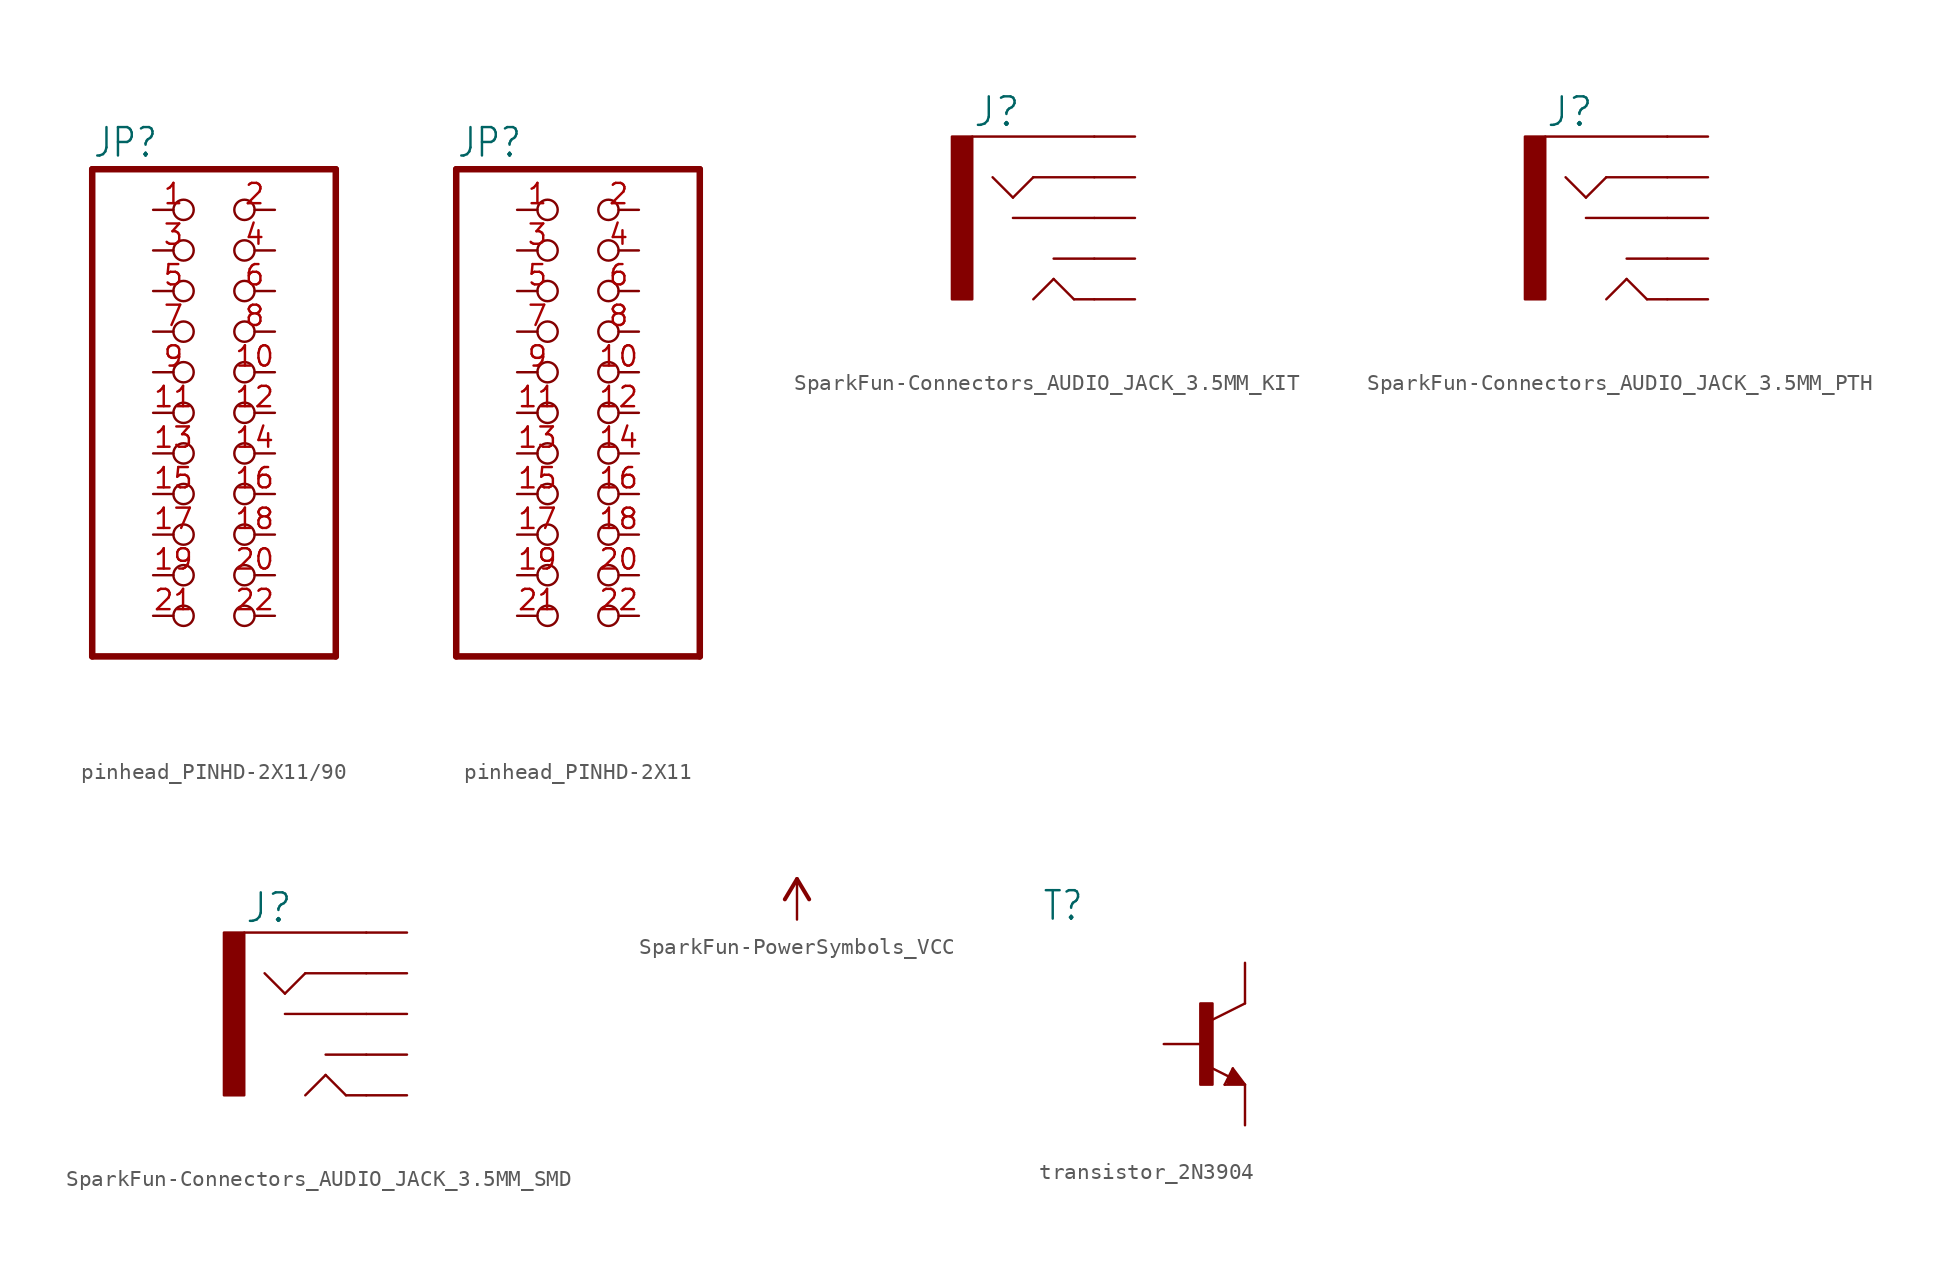
<source format=kicad_sym>
(kicad_symbol_lib
  (version 20231120)
  (generator "kicad_symbol_editor")
  (generator_version "8.0")
  (symbol "pinhead_PINHD-2X11/90"
    (property "Reference" "JP"
      (at -6.35 15.875 0)
      (effects (font (size 1.778 1.511)) (justify left bottom)))
    (property "Value" ""
      (at -6.35 -17.78 0)
      (effects (font (size 1.778 1.511)) (justify left bottom)))
    (property "ki_locked" ""
      (at 0 0 0)
      (effects (font (size 1.27 1.27))))
    (symbol "pinhead_PINHD-2X11/90_1_0"
      (polyline (pts (xy -6.35 -15.24) (xy 8.89 -15.24)) (stroke (width 0.406) (type solid)) (fill (type none)))
      (polyline (pts (xy -6.35 15.24) (xy -6.35 -15.24)) (stroke (width 0.406) (type solid)) (fill (type none)))
      (polyline (pts (xy 8.89 -15.24) (xy 8.89 15.24)) (stroke (width 0.406) (type solid)) (fill (type none)))
      (polyline (pts (xy 8.89 15.24) (xy -6.35 15.24)) (stroke (width 0.406) (type solid)) (fill (type none)))
      (pin passive inverted (at -2.54 12.7 0) (length 2.54) (name "1" (effects (font (size 0 0)))) (number "1" (effects (font (size 1.27 1.27)))))
      (pin passive inverted (at 5.08 2.54 180) (length 2.54) (name "10" (effects (font (size 0 0)))) (number "10" (effects (font (size 1.27 1.27)))))
      (pin passive inverted (at -2.54 0 0) (length 2.54) (name "11" (effects (font (size 0 0)))) (number "11" (effects (font (size 1.27 1.27)))))
      (pin passive inverted (at 5.08 0 180) (length 2.54) (name "12" (effects (font (size 0 0)))) (number "12" (effects (font (size 1.27 1.27)))))
      (pin passive inverted (at -2.54 -2.54 0) (length 2.54) (name "13" (effects (font (size 0 0)))) (number "13" (effects (font (size 1.27 1.27)))))
      (pin passive inverted (at 5.08 -2.54 180) (length 2.54) (name "14" (effects (font (size 0 0)))) (number "14" (effects (font (size 1.27 1.27)))))
      (pin passive inverted (at -2.54 -5.08 0) (length 2.54) (name "15" (effects (font (size 0 0)))) (number "15" (effects (font (size 1.27 1.27)))))
      (pin passive inverted (at 5.08 -5.08 180) (length 2.54) (name "16" (effects (font (size 0 0)))) (number "16" (effects (font (size 1.27 1.27)))))
      (pin passive inverted (at -2.54 -7.62 0) (length 2.54) (name "17" (effects (font (size 0 0)))) (number "17" (effects (font (size 1.27 1.27)))))
      (pin passive inverted (at 5.08 -7.62 180) (length 2.54) (name "18" (effects (font (size 0 0)))) (number "18" (effects (font (size 1.27 1.27)))))
      (pin passive inverted (at -2.54 -10.16 0) (length 2.54) (name "19" (effects (font (size 0 0)))) (number "19" (effects (font (size 1.27 1.27)))))
      (pin passive inverted (at 5.08 12.7 180) (length 2.54) (name "2" (effects (font (size 0 0)))) (number "2" (effects (font (size 1.27 1.27)))))
      (pin passive inverted (at 5.08 -10.16 180) (length 2.54) (name "20" (effects (font (size 0 0)))) (number "20" (effects (font (size 1.27 1.27)))))
      (pin passive inverted (at -2.54 -12.7 0) (length 2.54) (name "21" (effects (font (size 0 0)))) (number "21" (effects (font (size 1.27 1.27)))))
      (pin passive inverted (at 5.08 -12.7 180) (length 2.54) (name "22" (effects (font (size 0 0)))) (number "22" (effects (font (size 1.27 1.27)))))
      (pin passive inverted (at -2.54 10.16 0) (length 2.54) (name "3" (effects (font (size 0 0)))) (number "3" (effects (font (size 1.27 1.27)))))
      (pin passive inverted (at 5.08 10.16 180) (length 2.54) (name "4" (effects (font (size 0 0)))) (number "4" (effects (font (size 1.27 1.27)))))
      (pin passive inverted (at -2.54 7.62 0) (length 2.54) (name "5" (effects (font (size 0 0)))) (number "5" (effects (font (size 1.27 1.27)))))
      (pin passive inverted (at 5.08 7.62 180) (length 2.54) (name "6" (effects (font (size 0 0)))) (number "6" (effects (font (size 1.27 1.27)))))
      (pin passive inverted (at -2.54 5.08 0) (length 2.54) (name "7" (effects (font (size 0 0)))) (number "7" (effects (font (size 1.27 1.27)))))
      (pin passive inverted (at 5.08 5.08 180) (length 2.54) (name "8" (effects (font (size 0 0)))) (number "8" (effects (font (size 1.27 1.27)))))
      (pin passive inverted (at -2.54 2.54 0) (length 2.54) (name "9" (effects (font (size 0 0)))) (number "9" (effects (font (size 1.27 1.27)))))))
  (symbol "pinhead_PINHD-2X11"
    (property "Reference" "JP"
      (at -6.35 15.875 0)
      (effects (font (size 1.778 1.511)) (justify left bottom)))
    (property "Value" ""
      (at -6.35 -17.78 0)
      (effects (font (size 1.778 1.511)) (justify left bottom)))
    (property "ki_locked" ""
      (at 0 0 0)
      (effects (font (size 1.27 1.27))))
    (symbol "pinhead_PINHD-2X11_1_0"
      (polyline (pts (xy -6.35 -15.24) (xy 8.89 -15.24)) (stroke (width 0.406) (type solid)) (fill (type none)))
      (polyline (pts (xy -6.35 15.24) (xy -6.35 -15.24)) (stroke (width 0.406) (type solid)) (fill (type none)))
      (polyline (pts (xy 8.89 -15.24) (xy 8.89 15.24)) (stroke (width 0.406) (type solid)) (fill (type none)))
      (polyline (pts (xy 8.89 15.24) (xy -6.35 15.24)) (stroke (width 0.406) (type solid)) (fill (type none)))
      (pin passive inverted (at -2.54 12.7 0) (length 2.54) (name "1" (effects (font (size 0 0)))) (number "1" (effects (font (size 1.27 1.27)))))
      (pin passive inverted (at 5.08 2.54 180) (length 2.54) (name "10" (effects (font (size 0 0)))) (number "10" (effects (font (size 1.27 1.27)))))
      (pin passive inverted (at -2.54 0 0) (length 2.54) (name "11" (effects (font (size 0 0)))) (number "11" (effects (font (size 1.27 1.27)))))
      (pin passive inverted (at 5.08 0 180) (length 2.54) (name "12" (effects (font (size 0 0)))) (number "12" (effects (font (size 1.27 1.27)))))
      (pin passive inverted (at -2.54 -2.54 0) (length 2.54) (name "13" (effects (font (size 0 0)))) (number "13" (effects (font (size 1.27 1.27)))))
      (pin passive inverted (at 5.08 -2.54 180) (length 2.54) (name "14" (effects (font (size 0 0)))) (number "14" (effects (font (size 1.27 1.27)))))
      (pin passive inverted (at -2.54 -5.08 0) (length 2.54) (name "15" (effects (font (size 0 0)))) (number "15" (effects (font (size 1.27 1.27)))))
      (pin passive inverted (at 5.08 -5.08 180) (length 2.54) (name "16" (effects (font (size 0 0)))) (number "16" (effects (font (size 1.27 1.27)))))
      (pin passive inverted (at -2.54 -7.62 0) (length 2.54) (name "17" (effects (font (size 0 0)))) (number "17" (effects (font (size 1.27 1.27)))))
      (pin passive inverted (at 5.08 -7.62 180) (length 2.54) (name "18" (effects (font (size 0 0)))) (number "18" (effects (font (size 1.27 1.27)))))
      (pin passive inverted (at -2.54 -10.16 0) (length 2.54) (name "19" (effects (font (size 0 0)))) (number "19" (effects (font (size 1.27 1.27)))))
      (pin passive inverted (at 5.08 12.7 180) (length 2.54) (name "2" (effects (font (size 0 0)))) (number "2" (effects (font (size 1.27 1.27)))))
      (pin passive inverted (at 5.08 -10.16 180) (length 2.54) (name "20" (effects (font (size 0 0)))) (number "20" (effects (font (size 1.27 1.27)))))
      (pin passive inverted (at -2.54 -12.7 0) (length 2.54) (name "21" (effects (font (size 0 0)))) (number "21" (effects (font (size 1.27 1.27)))))
      (pin passive inverted (at 5.08 -12.7 180) (length 2.54) (name "22" (effects (font (size 0 0)))) (number "22" (effects (font (size 1.27 1.27)))))
      (pin passive inverted (at -2.54 10.16 0) (length 2.54) (name "3" (effects (font (size 0 0)))) (number "3" (effects (font (size 1.27 1.27)))))
      (pin passive inverted (at 5.08 10.16 180) (length 2.54) (name "4" (effects (font (size 0 0)))) (number "4" (effects (font (size 1.27 1.27)))))
      (pin passive inverted (at -2.54 7.62 0) (length 2.54) (name "5" (effects (font (size 0 0)))) (number "5" (effects (font (size 1.27 1.27)))))
      (pin passive inverted (at 5.08 7.62 180) (length 2.54) (name "6" (effects (font (size 0 0)))) (number "6" (effects (font (size 1.27 1.27)))))
      (pin passive inverted (at -2.54 5.08 0) (length 2.54) (name "7" (effects (font (size 0 0)))) (number "7" (effects (font (size 1.27 1.27)))))
      (pin passive inverted (at 5.08 5.08 180) (length 2.54) (name "8" (effects (font (size 0 0)))) (number "8" (effects (font (size 1.27 1.27)))))
      (pin passive inverted (at -2.54 2.54 0) (length 2.54) (name "9" (effects (font (size 0 0)))) (number "9" (effects (font (size 1.27 1.27)))))))
  (symbol "SparkFun-Connectors_AUDIO_JACK_3.5MM_KIT"
    (property "Reference" "J"
      (at -5.08 5.588 0)
      (effects (font (size 1.778 1.778)) (justify left bottom)))
    (property "Value" ""
      (at -5.08 -7.62 0)
      (effects (font (size 1.778 1.778)) (justify left bottom)))
    (property "ki_locked" ""
      (at 0 0 0)
      (effects (font (size 1.27 1.27))))
    (symbol "SparkFun-Connectors_AUDIO_JACK_3.5MM_KIT_1_0"
      (rectangle (start -6.35 -5.08) (end -5.08 5.08) (stroke (width 0) (type default)) (fill (type outline)))
      (polyline (pts (xy -2.54 0) (xy 2.54 0)) (stroke (width 0.152) (type solid)) (fill (type none)))
      (polyline (pts (xy -2.54 1.27) (xy -3.81 2.54)) (stroke (width 0.152) (type solid)) (fill (type none)))
      (polyline (pts (xy -1.27 -5.08) (xy 0 -3.81)) (stroke (width 0.152) (type solid)) (fill (type none)))
      (polyline (pts (xy -1.27 2.54) (xy -2.54 1.27)) (stroke (width 0.152) (type solid)) (fill (type none)))
      (polyline (pts (xy 0 -3.81) (xy 1.27 -5.08)) (stroke (width 0.152) (type solid)) (fill (type none)))
      (polyline (pts (xy 0 -2.54) (xy 2.54 -2.54)) (stroke (width 0.152) (type solid)) (fill (type none)))
      (polyline (pts (xy 1.27 -5.08) (xy 2.54 -5.08)) (stroke (width 0.152) (type solid)) (fill (type none)))
      (polyline (pts (xy 2.54 2.54) (xy -1.27 2.54)) (stroke (width 0.152) (type solid)) (fill (type none)))
      (polyline (pts (xy 2.54 5.08) (xy -5.08 5.08)) (stroke (width 0.152) (type solid)) (fill (type none)))
      (pin bidirectional line (at 5.08 2.54 180) (length 2.54) (name "RING" (effects (font (size 0 0)))) (number "RING" (effects (font (size 0 0)))))
      (pin bidirectional line (at 5.08 0 180) (length 2.54) (name "RSH" (effects (font (size 0 0)))) (number "RSH" (effects (font (size 0 0)))))
      (pin bidirectional line (at 5.08 5.08 180) (length 2.54) (name "SLEEVE" (effects (font (size 0 0)))) (number "SLEEVE" (effects (font (size 0 0)))))
      (pin bidirectional line (at 5.08 -5.08 180) (length 2.54) (name "TIP" (effects (font (size 0 0)))) (number "TIP" (effects (font (size 0 0)))))
      (pin bidirectional line (at 5.08 -2.54 180) (length 2.54) (name "TSH" (effects (font (size 0 0)))) (number "TSH" (effects (font (size 0 0)))))))
  (symbol "SparkFun-Connectors_AUDIO_JACK_3.5MM_PTH"
    (property "Reference" "J"
      (at -5.08 5.588 0)
      (effects (font (size 1.778 1.778)) (justify left bottom)))
    (property "Value" ""
      (at -5.08 -7.62 0)
      (effects (font (size 1.778 1.778)) (justify left bottom)))
    (property "ki_locked" ""
      (at 0 0 0)
      (effects (font (size 1.27 1.27))))
    (symbol "SparkFun-Connectors_AUDIO_JACK_3.5MM_PTH_1_0"
      (rectangle (start -6.35 -5.08) (end -5.08 5.08) (stroke (width 0) (type default)) (fill (type outline)))
      (polyline (pts (xy -2.54 0) (xy 2.54 0)) (stroke (width 0.152) (type solid)) (fill (type none)))
      (polyline (pts (xy -2.54 1.27) (xy -3.81 2.54)) (stroke (width 0.152) (type solid)) (fill (type none)))
      (polyline (pts (xy -1.27 -5.08) (xy 0 -3.81)) (stroke (width 0.152) (type solid)) (fill (type none)))
      (polyline (pts (xy -1.27 2.54) (xy -2.54 1.27)) (stroke (width 0.152) (type solid)) (fill (type none)))
      (polyline (pts (xy 0 -3.81) (xy 1.27 -5.08)) (stroke (width 0.152) (type solid)) (fill (type none)))
      (polyline (pts (xy 0 -2.54) (xy 2.54 -2.54)) (stroke (width 0.152) (type solid)) (fill (type none)))
      (polyline (pts (xy 1.27 -5.08) (xy 2.54 -5.08)) (stroke (width 0.152) (type solid)) (fill (type none)))
      (polyline (pts (xy 2.54 2.54) (xy -1.27 2.54)) (stroke (width 0.152) (type solid)) (fill (type none)))
      (polyline (pts (xy 2.54 5.08) (xy -5.08 5.08)) (stroke (width 0.152) (type solid)) (fill (type none)))
      (pin bidirectional line (at 5.08 2.54 180) (length 2.54) (name "RING" (effects (font (size 0 0)))) (number "RING" (effects (font (size 0 0)))))
      (pin bidirectional line (at 5.08 0 180) (length 2.54) (name "RSH" (effects (font (size 0 0)))) (number "RSH" (effects (font (size 0 0)))))
      (pin bidirectional line (at 5.08 5.08 180) (length 2.54) (name "SLEEVE" (effects (font (size 0 0)))) (number "SLEEVE" (effects (font (size 0 0)))))
      (pin bidirectional line (at 5.08 -5.08 180) (length 2.54) (name "TIP" (effects (font (size 0 0)))) (number "TIP" (effects (font (size 0 0)))))
      (pin bidirectional line (at 5.08 -2.54 180) (length 2.54) (name "TSH" (effects (font (size 0 0)))) (number "TSH" (effects (font (size 0 0)))))))
  (symbol "SparkFun-Connectors_AUDIO_JACK_3.5MM_SMD"
    (property "Reference" "J"
      (at -5.08 5.588 0)
      (effects (font (size 1.778 1.778)) (justify left bottom)))
    (property "Value" ""
      (at -5.08 -7.62 0)
      (effects (font (size 1.778 1.778)) (justify left bottom)))
    (property "ki_locked" ""
      (at 0 0 0)
      (effects (font (size 1.27 1.27))))
    (symbol "SparkFun-Connectors_AUDIO_JACK_3.5MM_SMD_1_0"
      (rectangle (start -6.35 -5.08) (end -5.08 5.08) (stroke (width 0) (type default)) (fill (type outline)))
      (polyline (pts (xy -2.54 0) (xy 2.54 0)) (stroke (width 0.152) (type solid)) (fill (type none)))
      (polyline (pts (xy -2.54 1.27) (xy -3.81 2.54)) (stroke (width 0.152) (type solid)) (fill (type none)))
      (polyline (pts (xy -1.27 -5.08) (xy 0 -3.81)) (stroke (width 0.152) (type solid)) (fill (type none)))
      (polyline (pts (xy -1.27 2.54) (xy -2.54 1.27)) (stroke (width 0.152) (type solid)) (fill (type none)))
      (polyline (pts (xy 0 -3.81) (xy 1.27 -5.08)) (stroke (width 0.152) (type solid)) (fill (type none)))
      (polyline (pts (xy 0 -2.54) (xy 2.54 -2.54)) (stroke (width 0.152) (type solid)) (fill (type none)))
      (polyline (pts (xy 1.27 -5.08) (xy 2.54 -5.08)) (stroke (width 0.152) (type solid)) (fill (type none)))
      (polyline (pts (xy 2.54 2.54) (xy -1.27 2.54)) (stroke (width 0.152) (type solid)) (fill (type none)))
      (polyline (pts (xy 2.54 5.08) (xy -5.08 5.08)) (stroke (width 0.152) (type solid)) (fill (type none)))
      (pin bidirectional line (at 5.08 2.54 180) (length 2.54) (name "RING" (effects (font (size 0 0)))) (number "RING" (effects (font (size 0 0)))))
      (pin bidirectional line (at 5.08 0 180) (length 2.54) (name "RSH" (effects (font (size 0 0)))) (number "RSH" (effects (font (size 0 0)))))
      (pin bidirectional line (at 5.08 5.08 180) (length 2.54) (name "SLEEVE" (effects (font (size 0 0)))) (number "SLEEVE" (effects (font (size 0 0)))))
      (pin bidirectional line (at 5.08 -5.08 180) (length 2.54) (name "TIP" (effects (font (size 0 0)))) (number "TIP" (effects (font (size 0 0)))))
      (pin bidirectional line (at 5.08 -2.54 180) (length 2.54) (name "TSH" (effects (font (size 0 0)))) (number "TSH" (effects (font (size 0 0)))))))
  (symbol "SparkFun-PowerSymbols_VCC"
    (power)
    (property "Reference" "#SUPPLY"
      (at 0 0 0)
      (effects (font (size 1.27 1.27)) (hide yes)))
    (property "Value" ""
      (at 0 2.794 0)
      (effects (font (size 1.778 1.511)) (justify bottom)))
    (property "ki_locked" ""
      (at 0 0 0)
      (effects (font (size 1.27 1.27))))
    (symbol "SparkFun-PowerSymbols_VCC_1_0"
      (polyline (pts (xy 0 2.54) (xy -0.762 1.27)) (stroke (width 0.254) (type solid)) (fill (type none)))
      (polyline (pts (xy 0.762 1.27) (xy 0 2.54)) (stroke (width 0.254) (type solid)) (fill (type none)))
      (pin power_in line (at 0 0 90) (length 2.54) (name "VCC" (effects (font (size 0 0)))) (number "1" (effects (font (size 0 0)))))))
  (symbol "transistor_2N3904"
    (property "Reference" "T"
      (at -10.16 7.62 0)
      (effects (font (size 1.778 1.511)) (justify left bottom)))
    (property "Value" ""
      (at -10.16 5.08 0)
      (effects (font (size 1.778 1.511)) (justify left bottom)))
    (property "ki_locked" ""
      (at 0 0 0)
      (effects (font (size 1.27 1.27))))
    (symbol "transistor_2N3904_1_0"
      (rectangle (start -0.254 -2.54) (end 0.508 2.54) (stroke (width 0) (type default)) (fill (type outline)))
      (polyline (pts (xy 1.27 -2.54) (xy 1.778 -1.524)) (stroke (width 0.152) (type solid)) (fill (type none)))
      (polyline (pts (xy 1.524 -2.413) (xy 2.286 -2.413)) (stroke (width 0.254) (type solid)) (fill (type none)))
      (polyline (pts (xy 1.524 -2.286) (xy 1.905 -2.286)) (stroke (width 0.254) (type solid)) (fill (type none)))
      (polyline (pts (xy 1.54 -2.04) (xy 0.308 -1.424)) (stroke (width 0.152) (type solid)) (fill (type none)))
      (polyline (pts (xy 1.778 -1.778) (xy 1.524 -2.286)) (stroke (width 0.254) (type solid)) (fill (type none)))
      (polyline (pts (xy 1.778 -1.524) (xy 2.54 -2.54)) (stroke (width 0.152) (type solid)) (fill (type none)))
      (polyline (pts (xy 1.905 -2.286) (xy 1.778 -2.032)) (stroke (width 0.254) (type solid)) (fill (type none)))
      (polyline (pts (xy 2.286 -2.413) (xy 1.778 -1.778)) (stroke (width 0.254) (type solid)) (fill (type none)))
      (polyline (pts (xy 2.54 -2.54) (xy 1.27 -2.54)) (stroke (width 0.152) (type solid)) (fill (type none)))
      (polyline (pts (xy 2.54 2.54) (xy 0.508 1.524)) (stroke (width 0.152) (type solid)) (fill (type none)))
      (pin passive line (at 2.54 5.08 270) (length 2.54) (name "C" (effects (font (size 0 0)))) (number "1" (effects (font (size 0 0)))))
      (pin passive line (at -2.54 0 0) (length 2.54) (name "B" (effects (font (size 0 0)))) (number "2" (effects (font (size 0 0)))))
      (pin passive line (at 2.54 -5.08 90) (length 2.54) (name "E" (effects (font (size 0 0)))) (number "3" (effects (font (size 0 0))))))))
</source>
